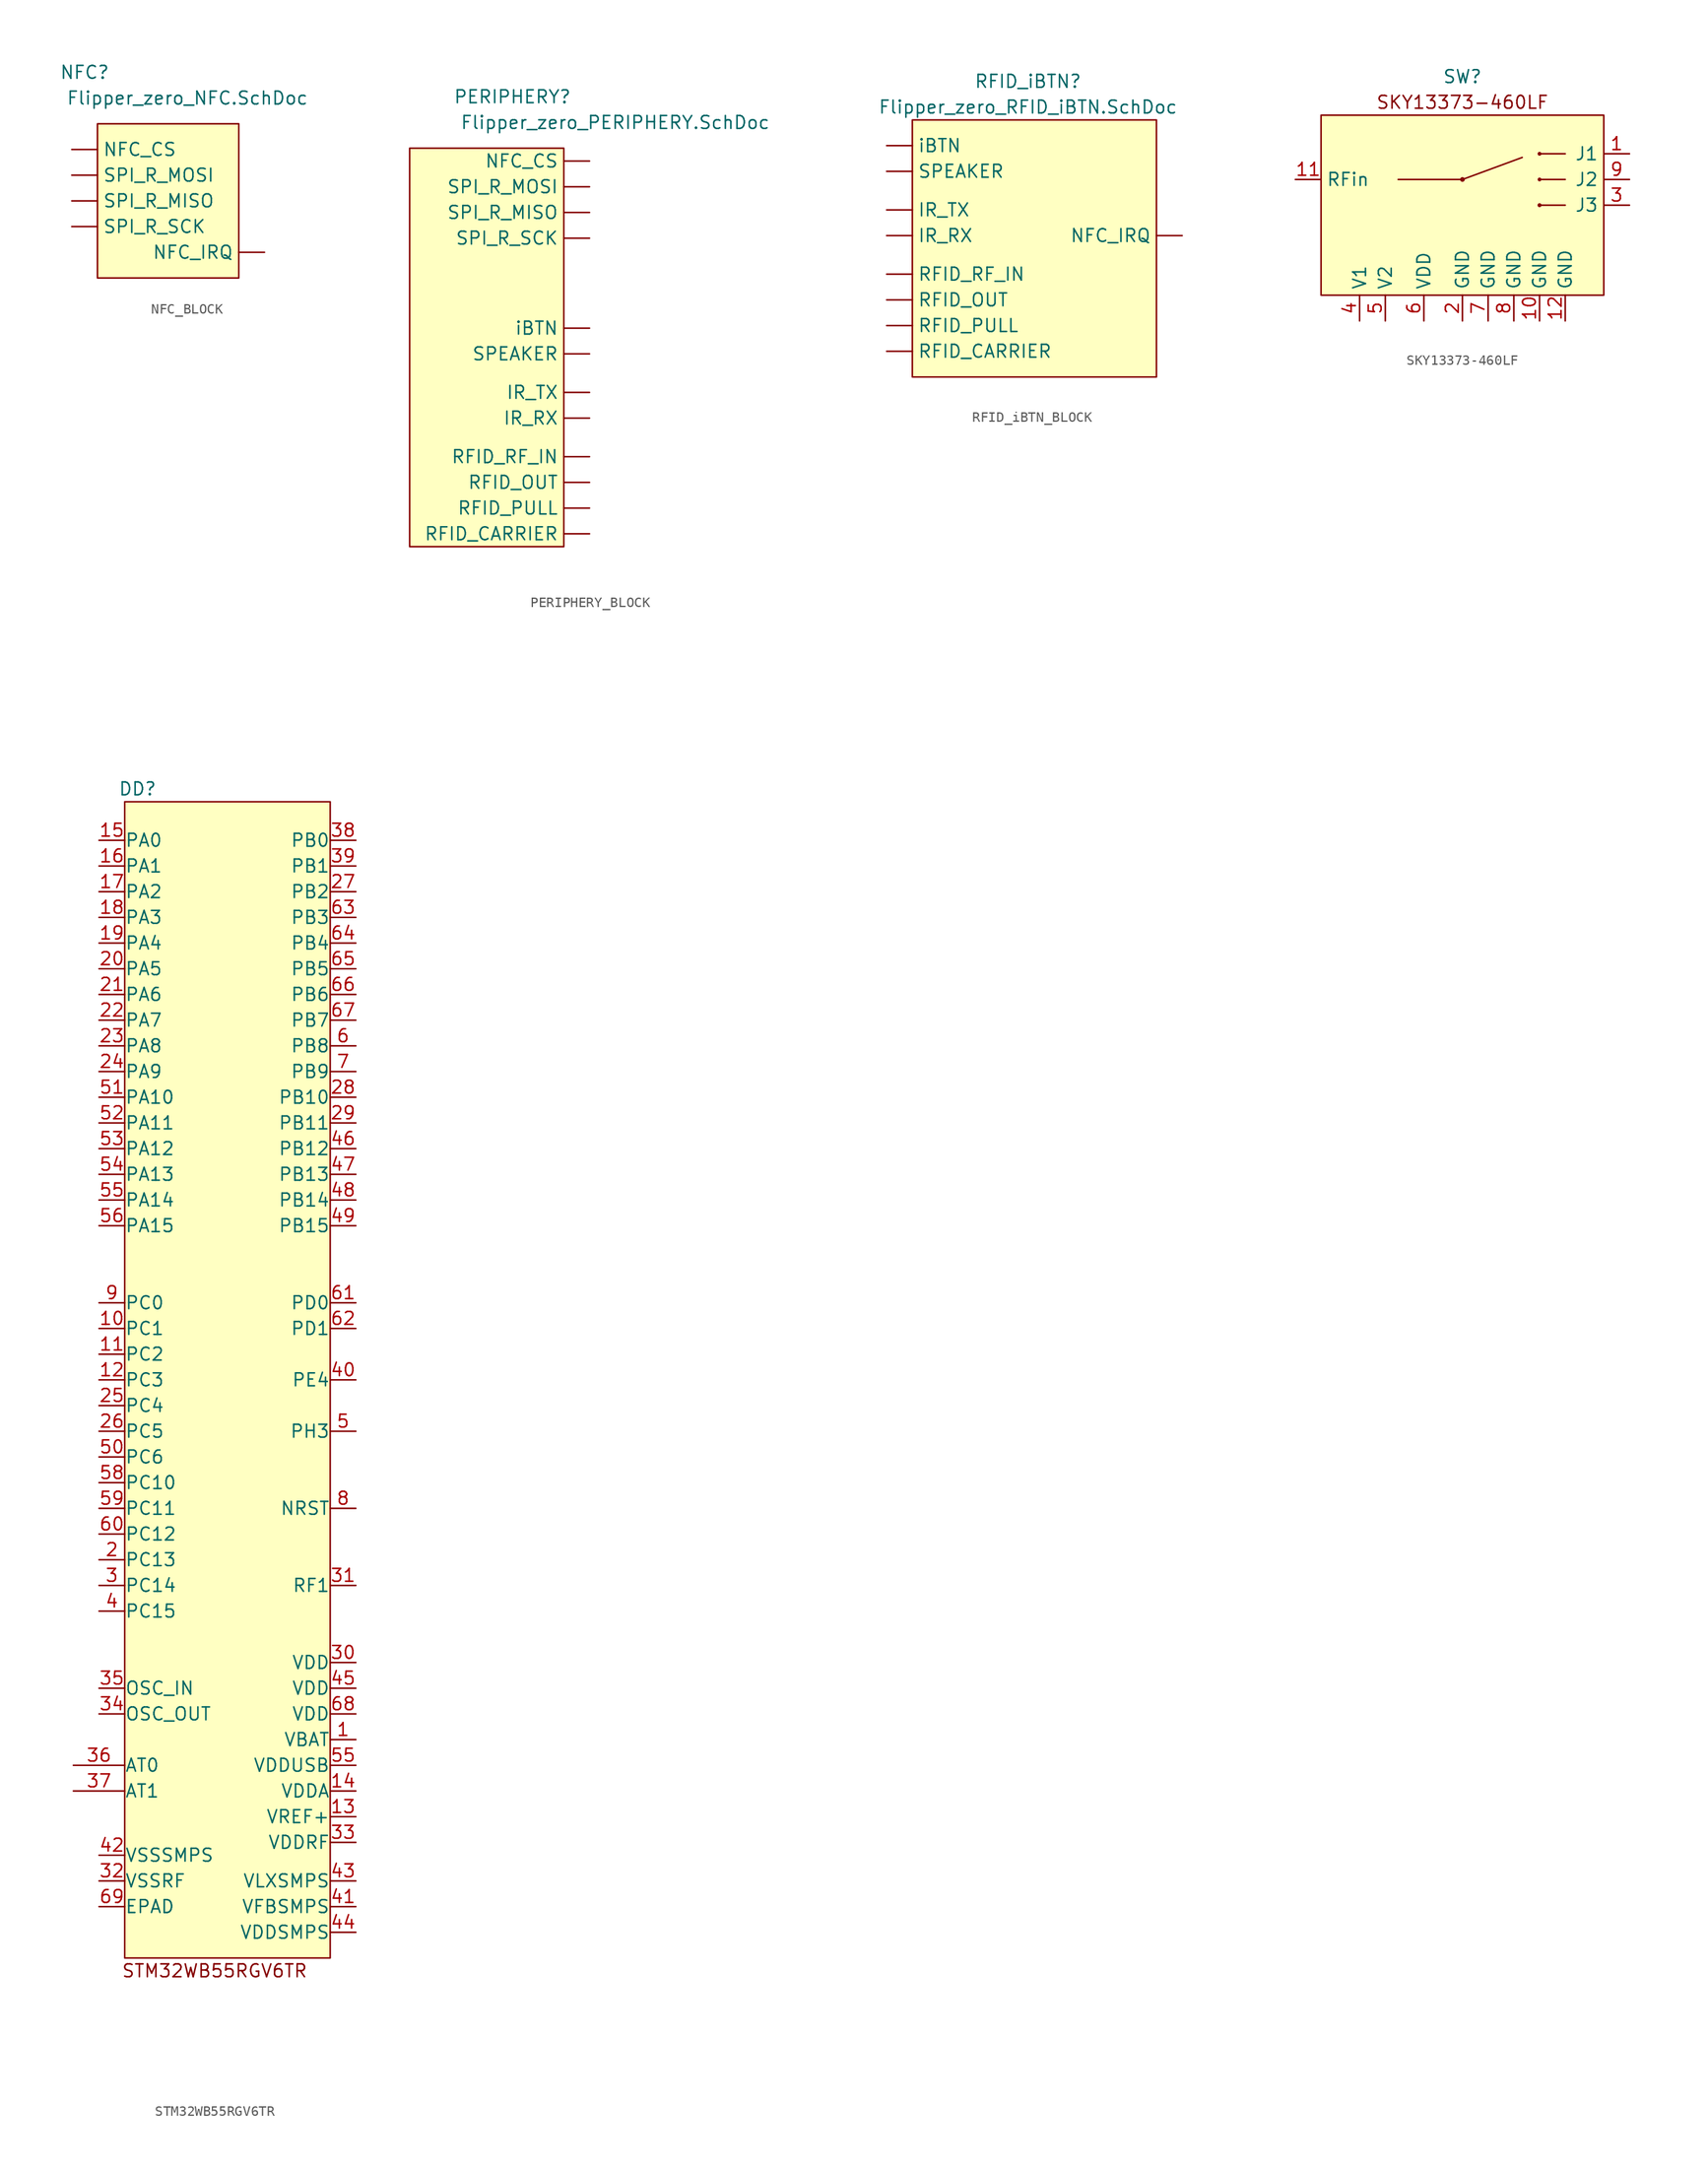
<source format=kicad_sym>
(kicad_symbol_lib
  (version 20220914)
  (generator kicad_symbol_editor)
  (symbol "NFC_BLOCK"
    (property "Reference" "NFC"
      (at -1.27 5.08 0)
      (effects (font (size 1.27 1.27))))
    (property "Value" "Flipper_zero_NFC.SchDoc"
      (at 8.89 2.54 0)
      (effects (font (size 1.27 1.27))))
    (symbol "NFC_BLOCK_1_1"
      (rectangle (start 0 0) (end 13.97 -15.24) (stroke (width 0) (type default)) (fill (type background)))
      (pin input line (at -2.54 -2.54 0) (length 2.54) (name "NFC_CS" (effects (font (size 1.27 1.27)))) (number "" (effects (font (size 1.27 1.27)))))
      (pin output line (at 16.51 -12.7 180) (length 2.54) (name "NFC_IRQ" (effects (font (size 1.27 1.27)))) (number "" (effects (font (size 1.27 1.27)))))
      (pin output line (at -2.54 -7.62 0) (length 2.54) (name "SPI_R_MISO" (effects (font (size 1.27 1.27)))) (number "" (effects (font (size 1.27 1.27)))))
      (pin input line (at -2.54 -5.08 0) (length 2.54) (name "SPI_R_MOSI" (effects (font (size 1.27 1.27)))) (number "" (effects (font (size 1.27 1.27)))))
      (pin input line (at -2.54 -10.16 0) (length 2.54) (name "SPI_R_SCK" (effects (font (size 1.27 1.27)))) (number "" (effects (font (size 1.27 1.27)))))))
  (symbol "PERIPHERY_BLOCK"
    (property "Reference" "PERIPHERY"
      (at -5.08 7.62 0)
      (effects (font (size 1.27 1.27))))
    (property "Value" "Flipper_zero_PERIPHERY.SchDoc"
      (at 5.08 5.08 0)
      (effects (font (size 1.27 1.27))))
    (symbol "PERIPHERY_BLOCK_1_1"
      (rectangle (start -15.24 2.54) (end 0 -36.83) (stroke (width 0) (type default)) (fill (type background)))
      (pin input line (at 2.54 -24.13 180) (length 2.54) (name "IR_RX" (effects (font (size 1.27 1.27)))) (number "" (effects (font (size 1.27 1.27)))))
      (pin output line (at 2.54 -21.59 180) (length 2.54) (name "IR_TX" (effects (font (size 1.27 1.27)))) (number "" (effects (font (size 1.27 1.27)))))
      (pin output line (at 2.54 1.27 180) (length 2.54) (name "NFC_CS" (effects (font (size 1.27 1.27)))) (number "" (effects (font (size 1.27 1.27)))))
      (pin input line (at 2.54 -35.56 180) (length 2.54) (name "RFID_CARRIER" (effects (font (size 1.27 1.27)))) (number "" (effects (font (size 1.27 1.27)))))
      (pin output line (at 2.54 -30.48 180) (length 2.54) (name "RFID_OUT" (effects (font (size 1.27 1.27)))) (number "" (effects (font (size 1.27 1.27)))))
      (pin output line (at 2.54 -33.02 180) (length 2.54) (name "RFID_PULL" (effects (font (size 1.27 1.27)))) (number "" (effects (font (size 1.27 1.27)))))
      (pin input line (at 2.54 -27.94 180) (length 2.54) (name "RFID_RF_IN" (effects (font (size 1.27 1.27)))) (number "" (effects (font (size 1.27 1.27)))))
      (pin output line (at 2.54 -17.78 180) (length 2.54) (name "SPEAKER" (effects (font (size 1.27 1.27)))) (number "" (effects (font (size 1.27 1.27)))))
      (pin input line (at 2.54 -3.81 180) (length 2.54) (name "SPI_R_MISO" (effects (font (size 1.27 1.27)))) (number "" (effects (font (size 1.27 1.27)))))
      (pin output line (at 2.54 -1.27 180) (length 2.54) (name "SPI_R_MOSI" (effects (font (size 1.27 1.27)))) (number "" (effects (font (size 1.27 1.27)))))
      (pin output line (at 2.54 -6.35 180) (length 2.54) (name "SPI_R_SCK" (effects (font (size 1.27 1.27)))) (number "" (effects (font (size 1.27 1.27)))))
      (pin bidirectional line (at 2.54 -15.24 180) (length 2.54) (name "iBTN" (effects (font (size 1.27 1.27)))) (number "" (effects (font (size 1.27 1.27)))))))
  (symbol "RFID_iBTN_BLOCK"
    (property "Reference" "RFID_iBTN"
      (at 1.27 2.54 0)
      (effects (font (size 1.27 1.27))))
    (property "Value" "Flipper_zero_RFID_iBTN.SchDoc"
      (at 1.27 0 0)
      (effects (font (size 1.27 1.27))))
    (symbol "RFID_iBTN_BLOCK_1_1"
      (rectangle (start -10.16 -1.27) (end 13.97 -26.67) (stroke (width 0) (type default)) (fill (type background)))
      (pin output line (at -12.7 -12.7 0) (length 2.54) (name "IR_RX" (effects (font (size 1.27 1.27)))) (number "" (effects (font (size 1.27 1.27)))))
      (pin input line (at -12.7 -10.16 0) (length 2.54) (name "IR_TX" (effects (font (size 1.27 1.27)))) (number "" (effects (font (size 1.27 1.27)))))
      (pin input line (at 16.51 -12.7 180) (length 2.54) (name "NFC_IRQ" (effects (font (size 1.27 1.27)))) (number "" (effects (font (size 1.27 1.27)))))
      (pin output line (at -12.7 -24.13 0) (length 2.54) (name "RFID_CARRIER" (effects (font (size 1.27 1.27)))) (number "" (effects (font (size 1.27 1.27)))))
      (pin input line (at -12.7 -19.05 0) (length 2.54) (name "RFID_OUT" (effects (font (size 1.27 1.27)))) (number "" (effects (font (size 1.27 1.27)))))
      (pin input line (at -12.7 -21.59 0) (length 2.54) (name "RFID_PULL" (effects (font (size 1.27 1.27)))) (number "" (effects (font (size 1.27 1.27)))))
      (pin output line (at -12.7 -16.51 0) (length 2.54) (name "RFID_RF_IN" (effects (font (size 1.27 1.27)))) (number "" (effects (font (size 1.27 1.27)))))
      (pin input line (at -12.7 -6.35 0) (length 2.54) (name "SPEAKER" (effects (font (size 1.27 1.27)))) (number "" (effects (font (size 1.27 1.27)))))
      (pin bidirectional line (at -12.7 -3.81 0) (length 2.54) (name "iBTN" (effects (font (size 1.27 1.27)))) (number "" (effects (font (size 1.27 1.27)))))))
  (symbol "SKY13373-460LF"
    (property "Reference" "SW"
      (at 0 16.51 0)
      (effects (font (size 1.27 1.27))))
    (property "Value" ""
      (at 5.08 0 0)
      (effects (font (size 1.27 1.27))))
    (symbol "SKY13373-460LF_1_1"
      (rectangle (start -13.97 12.7) (end 13.97 -5.08) (stroke (width 0) (type default)) (fill (type background)))
      (polyline (pts (xy -6.35 6.35) (xy 0 6.35)) (stroke (width 0) (type default)) (fill (type none)))
      (polyline (pts (xy 0 6.35) (xy 5.912 8.529)) (stroke (width 0) (type default)) (fill (type none)))
      (polyline (pts (xy 7.62 3.81) (xy 10.16 3.81)) (stroke (width 0) (type default)) (fill (type none)))
      (polyline (pts (xy 10.16 6.35) (xy 7.62 6.35)) (stroke (width 0) (type default)) (fill (type none)))
      (polyline (pts (xy 10.16 8.89) (xy 7.62 8.89)) (stroke (width 0) (type default)) (fill (type none)))
      (circle (center 0 6.35) (radius 0.158) (stroke (width 0) (type default)) (fill (type none)))
      (circle (center 7.62 3.81) (radius 0.123) (stroke (width 0) (type default)) (fill (type none)))
      (circle (center 7.62 6.35) (radius 0.112) (stroke (width 0) (type default)) (fill (type none)))
      (circle (center 7.62 8.89) (radius 0.116) (stroke (width 0) (type default)) (fill (type none)))
      (text "SKY13373-460LF" (at 0 13.97 0) (effects (font (size 1.27 1.27))))
      (pin output line (at 16.51 8.89 180) (length 2.54) (name "J1" (effects (font (size 1.27 1.27)))) (number "1" (effects (font (size 1.27 1.27)))))
      (pin bidirectional line (at 7.62 -7.62 90) (length 2.54) (name "GND" (effects (font (size 1.27 1.27)))) (number "10" (effects (font (size 1.27 1.27)))))
      (pin input line (at -16.51 6.35 0) (length 2.54) (name "RFin" (effects (font (size 1.27 1.27)))) (number "11" (effects (font (size 1.27 1.27)))))
      (pin bidirectional line (at 10.16 -7.62 90) (length 2.54) (name "GND" (effects (font (size 1.27 1.27)))) (number "12" (effects (font (size 1.27 1.27)))))
      (pin bidirectional line (at 0 -7.62 90) (length 2.54) (name "GND" (effects (font (size 1.27 1.27)))) (number "2" (effects (font (size 1.27 1.27)))))
      (pin output line (at 16.51 3.81 180) (length 2.54) (name "J3" (effects (font (size 1.27 1.27)))) (number "3" (effects (font (size 1.27 1.27)))))
      (pin input line (at -10.16 -7.62 90) (length 2.54) (name "V1" (effects (font (size 1.27 1.27)))) (number "4" (effects (font (size 1.27 1.27)))))
      (pin input line (at -7.62 -7.62 90) (length 2.54) (name "V2" (effects (font (size 1.27 1.27)))) (number "5" (effects (font (size 1.27 1.27)))))
      (pin bidirectional line (at -3.81 -7.62 90) (length 2.54) (name "VDD" (effects (font (size 1.27 1.27)))) (number "6" (effects (font (size 1.27 1.27)))))
      (pin bidirectional line (at 2.54 -7.62 90) (length 2.54) (name "GND" (effects (font (size 1.27 1.27)))) (number "7" (effects (font (size 1.27 1.27)))))
      (pin bidirectional line (at 5.08 -7.62 90) (length 2.54) (name "GND" (effects (font (size 1.27 1.27)))) (number "8" (effects (font (size 1.27 1.27)))))
      (pin output line (at 16.51 6.35 180) (length 2.54) (name "J2" (effects (font (size 1.27 1.27)))) (number "9" (effects (font (size 1.27 1.27)))))))
  (symbol "STM32WB55RGV6TR"
    (pin_names
      (offset 0.0001))
    (property "Reference" "DD"
      (at -8.89 35.56 0)
      (effects (font (size 1.27 1.27))))
    (property "Value" ""
      (at -2.54 0 0)
      (effects (font (size 1.27 1.27))))
    (symbol "STM32WB55RGV6TR_1_1"
      (rectangle (start -10.16 34.29) (end 10.16 -80.01) (stroke (width 0) (type default)) (fill (type background)))
      (text "STM32WB55RGV6TR" (at -1.27 -81.28 0) (effects (font (size 1.27 1.27))))
      (pin bidirectional line (at 12.7 -58.42 180) (length 2.54) (name "VBAT" (effects (font (size 1.27 1.27)))) (number "1" (effects (font (size 1.27 1.27)))))
      (pin bidirectional line (at -12.7 -17.78 0) (length 2.54) (name "PC1" (effects (font (size 1.27 1.27)))) (number "10" (effects (font (size 1.27 1.27)))))
      (pin bidirectional line (at -12.7 -20.32 0) (length 2.54) (name "PC2" (effects (font (size 1.27 1.27)))) (number "11" (effects (font (size 1.27 1.27)))))
      (pin bidirectional line (at -12.7 -22.86 0) (length 2.54) (name "PC3" (effects (font (size 1.27 1.27)))) (number "12" (effects (font (size 1.27 1.27)))))
      (pin bidirectional line (at 12.7 -66.04 180) (length 2.54) (name "VREF+" (effects (font (size 1.27 1.27)))) (number "13" (effects (font (size 1.27 1.27)))))
      (pin bidirectional line (at 12.7 -63.5 180) (length 2.54) (name "VDDA" (effects (font (size 1.27 1.27)))) (number "14" (effects (font (size 1.27 1.27)))))
      (pin bidirectional line (at -12.7 30.48 0) (length 2.54) (name "PA0" (effects (font (size 1.27 1.27)))) (number "15" (effects (font (size 1.27 1.27)))))
      (pin bidirectional line (at -12.7 27.94 0) (length 2.54) (name "PA1" (effects (font (size 1.27 1.27)))) (number "16" (effects (font (size 1.27 1.27)))))
      (pin bidirectional line (at -12.7 25.4 0) (length 2.54) (name "PA2" (effects (font (size 1.27 1.27)))) (number "17" (effects (font (size 1.27 1.27)))))
      (pin bidirectional line (at -12.7 22.86 0) (length 2.54) (name "PA3" (effects (font (size 1.27 1.27)))) (number "18" (effects (font (size 1.27 1.27)))))
      (pin bidirectional line (at -12.7 20.32 0) (length 2.54) (name "PA4" (effects (font (size 1.27 1.27)))) (number "19" (effects (font (size 1.27 1.27)))))
      (pin bidirectional line (at -12.7 -40.64 0) (length 2.54) (name "PC13" (effects (font (size 1.27 1.27)))) (number "2" (effects (font (size 1.27 1.27)))))
      (pin bidirectional line (at -12.7 17.78 0) (length 2.54) (name "PA5" (effects (font (size 1.27 1.27)))) (number "20" (effects (font (size 1.27 1.27)))))
      (pin bidirectional line (at -12.7 15.24 0) (length 2.54) (name "PA6" (effects (font (size 1.27 1.27)))) (number "21" (effects (font (size 1.27 1.27)))))
      (pin bidirectional line (at -12.7 12.7 0) (length 2.54) (name "PA7" (effects (font (size 1.27 1.27)))) (number "22" (effects (font (size 1.27 1.27)))))
      (pin bidirectional line (at -12.7 10.16 0) (length 2.54) (name "PA8" (effects (font (size 1.27 1.27)))) (number "23" (effects (font (size 1.27 1.27)))))
      (pin bidirectional line (at -12.7 7.62 0) (length 2.54) (name "PA9" (effects (font (size 1.27 1.27)))) (number "24" (effects (font (size 1.27 1.27)))))
      (pin bidirectional line (at -12.7 -25.4 0) (length 2.54) (name "PC4" (effects (font (size 1.27 1.27)))) (number "25" (effects (font (size 1.27 1.27)))))
      (pin bidirectional line (at -12.7 -27.94 0) (length 2.54) (name "PC5" (effects (font (size 1.27 1.27)))) (number "26" (effects (font (size 1.27 1.27)))))
      (pin bidirectional line (at 12.7 25.4 180) (length 2.54) (name "PB2" (effects (font (size 1.27 1.27)))) (number "27" (effects (font (size 1.27 1.27)))))
      (pin bidirectional line (at 12.7 5.08 180) (length 2.54) (name "PB10" (effects (font (size 1.27 1.27)))) (number "28" (effects (font (size 1.27 1.27)))))
      (pin bidirectional line (at 12.7 2.54 180) (length 2.54) (name "PB11" (effects (font (size 1.27 1.27)))) (number "29" (effects (font (size 1.27 1.27)))))
      (pin bidirectional line (at -12.7 -43.18 0) (length 2.54) (name "PC14" (effects (font (size 1.27 1.27)))) (number "3" (effects (font (size 1.27 1.27)))))
      (pin bidirectional line (at 12.7 -50.8 180) (length 2.54) (name "VDD" (effects (font (size 1.27 1.27)))) (number "30" (effects (font (size 1.27 1.27)))))
      (pin bidirectional line (at 12.7 -43.18 180) (length 2.54) (name "RF1" (effects (font (size 1.27 1.27)))) (number "31" (effects (font (size 1.27 1.27)))))
      (pin bidirectional line (at -12.7 -72.39 0) (length 2.54) (name "VSSRF" (effects (font (size 1.27 1.27)))) (number "32" (effects (font (size 1.27 1.27)))))
      (pin bidirectional line (at 12.7 -68.58 180) (length 2.54) (name "VDDRF" (effects (font (size 1.27 1.27)))) (number "33" (effects (font (size 1.27 1.27)))))
      (pin bidirectional line (at -12.7 -55.88 0) (length 2.54) (name "OSC_OUT" (effects (font (size 1.27 1.27)))) (number "34" (effects (font (size 1.27 1.27)))))
      (pin bidirectional line (at -12.7 -53.34 0) (length 2.54) (name "OSC_IN" (effects (font (size 1.27 1.27)))) (number "35" (effects (font (size 1.27 1.27)))))
      (pin passive line (at -15.24 -60.96 0) (length 5.08) (name "AT0" (effects (font (size 1.27 1.27)))) (number "36" (effects (font (size 1.27 1.27)))))
      (pin passive line (at -15.24 -63.5 0) (length 5.08) (name "AT1" (effects (font (size 1.27 1.27)))) (number "37" (effects (font (size 1.27 1.27)))))
      (pin bidirectional line (at 12.7 30.48 180) (length 2.54) (name "PB0" (effects (font (size 1.27 1.27)))) (number "38" (effects (font (size 1.27 1.27)))))
      (pin bidirectional line (at 12.7 27.94 180) (length 2.54) (name "PB1" (effects (font (size 1.27 1.27)))) (number "39" (effects (font (size 1.27 1.27)))))
      (pin bidirectional line (at -12.7 -45.72 0) (length 2.54) (name "PC15" (effects (font (size 1.27 1.27)))) (number "4" (effects (font (size 1.27 1.27)))))
      (pin bidirectional line (at 12.7 -22.86 180) (length 2.54) (name "PE4" (effects (font (size 1.27 1.27)))) (number "40" (effects (font (size 1.27 1.27)))))
      (pin bidirectional line (at 12.7 -74.93 180) (length 2.54) (name "VFBSMPS" (effects (font (size 1.27 1.27)))) (number "41" (effects (font (size 1.27 1.27)))))
      (pin bidirectional line (at -12.7 -69.85 0) (length 2.54) (name "VSSSMPS" (effects (font (size 1.27 1.27)))) (number "42" (effects (font (size 1.27 1.27)))))
      (pin bidirectional line (at 12.7 -72.39 180) (length 2.54) (name "VLXSMPS" (effects (font (size 1.27 1.27)))) (number "43" (effects (font (size 1.27 1.27)))))
      (pin bidirectional line (at 12.7 -77.47 180) (length 2.54) (name "VDDSMPS" (effects (font (size 1.27 1.27)))) (number "44" (effects (font (size 1.27 1.27)))))
      (pin bidirectional line (at 12.7 -53.34 180) (length 2.54) (name "VDD" (effects (font (size 1.27 1.27)))) (number "45" (effects (font (size 1.27 1.27)))))
      (pin bidirectional line (at 12.7 0 180) (length 2.54) (name "PB12" (effects (font (size 1.27 1.27)))) (number "46" (effects (font (size 1.27 1.27)))))
      (pin bidirectional line (at 12.7 -2.54 180) (length 2.54) (name "PB13" (effects (font (size 1.27 1.27)))) (number "47" (effects (font (size 1.27 1.27)))))
      (pin bidirectional line (at 12.7 -5.08 180) (length 2.54) (name "PB14" (effects (font (size 1.27 1.27)))) (number "48" (effects (font (size 1.27 1.27)))))
      (pin bidirectional line (at 12.7 -7.62 180) (length 2.54) (name "PB15" (effects (font (size 1.27 1.27)))) (number "49" (effects (font (size 1.27 1.27)))))
      (pin bidirectional line (at 12.7 -27.94 180) (length 2.54) (name "PH3" (effects (font (size 1.27 1.27)))) (number "5" (effects (font (size 1.27 1.27)))))
      (pin bidirectional line (at -12.7 -30.48 0) (length 2.54) (name "PC6" (effects (font (size 1.27 1.27)))) (number "50" (effects (font (size 1.27 1.27)))))
      (pin bidirectional line (at -12.7 5.08 0) (length 2.54) (name "PA10" (effects (font (size 1.27 1.27)))) (number "51" (effects (font (size 1.27 1.27)))))
      (pin bidirectional line (at -12.7 2.54 0) (length 2.54) (name "PA11" (effects (font (size 1.27 1.27)))) (number "52" (effects (font (size 1.27 1.27)))))
      (pin bidirectional line (at -12.7 0 0) (length 2.54) (name "PA12" (effects (font (size 1.27 1.27)))) (number "53" (effects (font (size 1.27 1.27)))))
      (pin bidirectional line (at -12.7 -2.54 0) (length 2.54) (name "PA13" (effects (font (size 1.27 1.27)))) (number "54" (effects (font (size 1.27 1.27)))))
      (pin bidirectional line (at -12.7 -5.08 0) (length 2.54) (name "PA14" (effects (font (size 1.27 1.27)))) (number "55" (effects (font (size 1.27 1.27)))))
      (pin bidirectional line (at 12.7 -60.96 180) (length 2.54) (name "VDDUSB" (effects (font (size 1.27 1.27)))) (number "55" (effects (font (size 1.27 1.27)))))
      (pin bidirectional line (at -12.7 -7.62 0) (length 2.54) (name "PA15" (effects (font (size 1.27 1.27)))) (number "56" (effects (font (size 1.27 1.27)))))
      (pin bidirectional line (at -12.7 -33.02 0) (length 2.54) (name "PC10" (effects (font (size 1.27 1.27)))) (number "58" (effects (font (size 1.27 1.27)))))
      (pin bidirectional line (at -12.7 -35.56 0) (length 2.54) (name "PC11" (effects (font (size 1.27 1.27)))) (number "59" (effects (font (size 1.27 1.27)))))
      (pin bidirectional line (at 12.7 10.16 180) (length 2.54) (name "PB8" (effects (font (size 1.27 1.27)))) (number "6" (effects (font (size 1.27 1.27)))))
      (pin bidirectional line (at -12.7 -38.1 0) (length 2.54) (name "PC12" (effects (font (size 1.27 1.27)))) (number "60" (effects (font (size 1.27 1.27)))))
      (pin bidirectional line (at 12.7 -15.24 180) (length 2.54) (name "PD0" (effects (font (size 1.27 1.27)))) (number "61" (effects (font (size 1.27 1.27)))))
      (pin bidirectional line (at 12.7 -17.78 180) (length 2.54) (name "PD1" (effects (font (size 1.27 1.27)))) (number "62" (effects (font (size 1.27 1.27)))))
      (pin bidirectional line (at 12.7 22.86 180) (length 2.54) (name "PB3" (effects (font (size 1.27 1.27)))) (number "63" (effects (font (size 1.27 1.27)))))
      (pin bidirectional line (at 12.7 20.32 180) (length 2.54) (name "PB4" (effects (font (size 1.27 1.27)))) (number "64" (effects (font (size 1.27 1.27)))))
      (pin bidirectional line (at 12.7 17.78 180) (length 2.54) (name "PB5" (effects (font (size 1.27 1.27)))) (number "65" (effects (font (size 1.27 1.27)))))
      (pin bidirectional line (at 12.7 15.24 180) (length 2.54) (name "PB6" (effects (font (size 1.27 1.27)))) (number "66" (effects (font (size 1.27 1.27)))))
      (pin bidirectional line (at 12.7 12.7 180) (length 2.54) (name "PB7" (effects (font (size 1.27 1.27)))) (number "67" (effects (font (size 1.27 1.27)))))
      (pin bidirectional line (at 12.7 -55.88 180) (length 2.54) (name "VDD" (effects (font (size 1.27 1.27)))) (number "68" (effects (font (size 1.27 1.27)))))
      (pin bidirectional line (at -12.7 -74.93 0) (length 2.54) (name "EPAD" (effects (font (size 1.27 1.27)))) (number "69" (effects (font (size 1.27 1.27)))))
      (pin bidirectional line (at 12.7 7.62 180) (length 2.54) (name "PB9" (effects (font (size 1.27 1.27)))) (number "7" (effects (font (size 1.27 1.27)))))
      (pin bidirectional line (at 12.7 -35.56 180) (length 2.54) (name "NRST" (effects (font (size 1.27 1.27)))) (number "8" (effects (font (size 1.27 1.27)))))
      (pin bidirectional line (at -12.7 -15.24 0) (length 2.54) (name "PC0" (effects (font (size 1.27 1.27)))) (number "9" (effects (font (size 1.27 1.27))))))))
</source>
